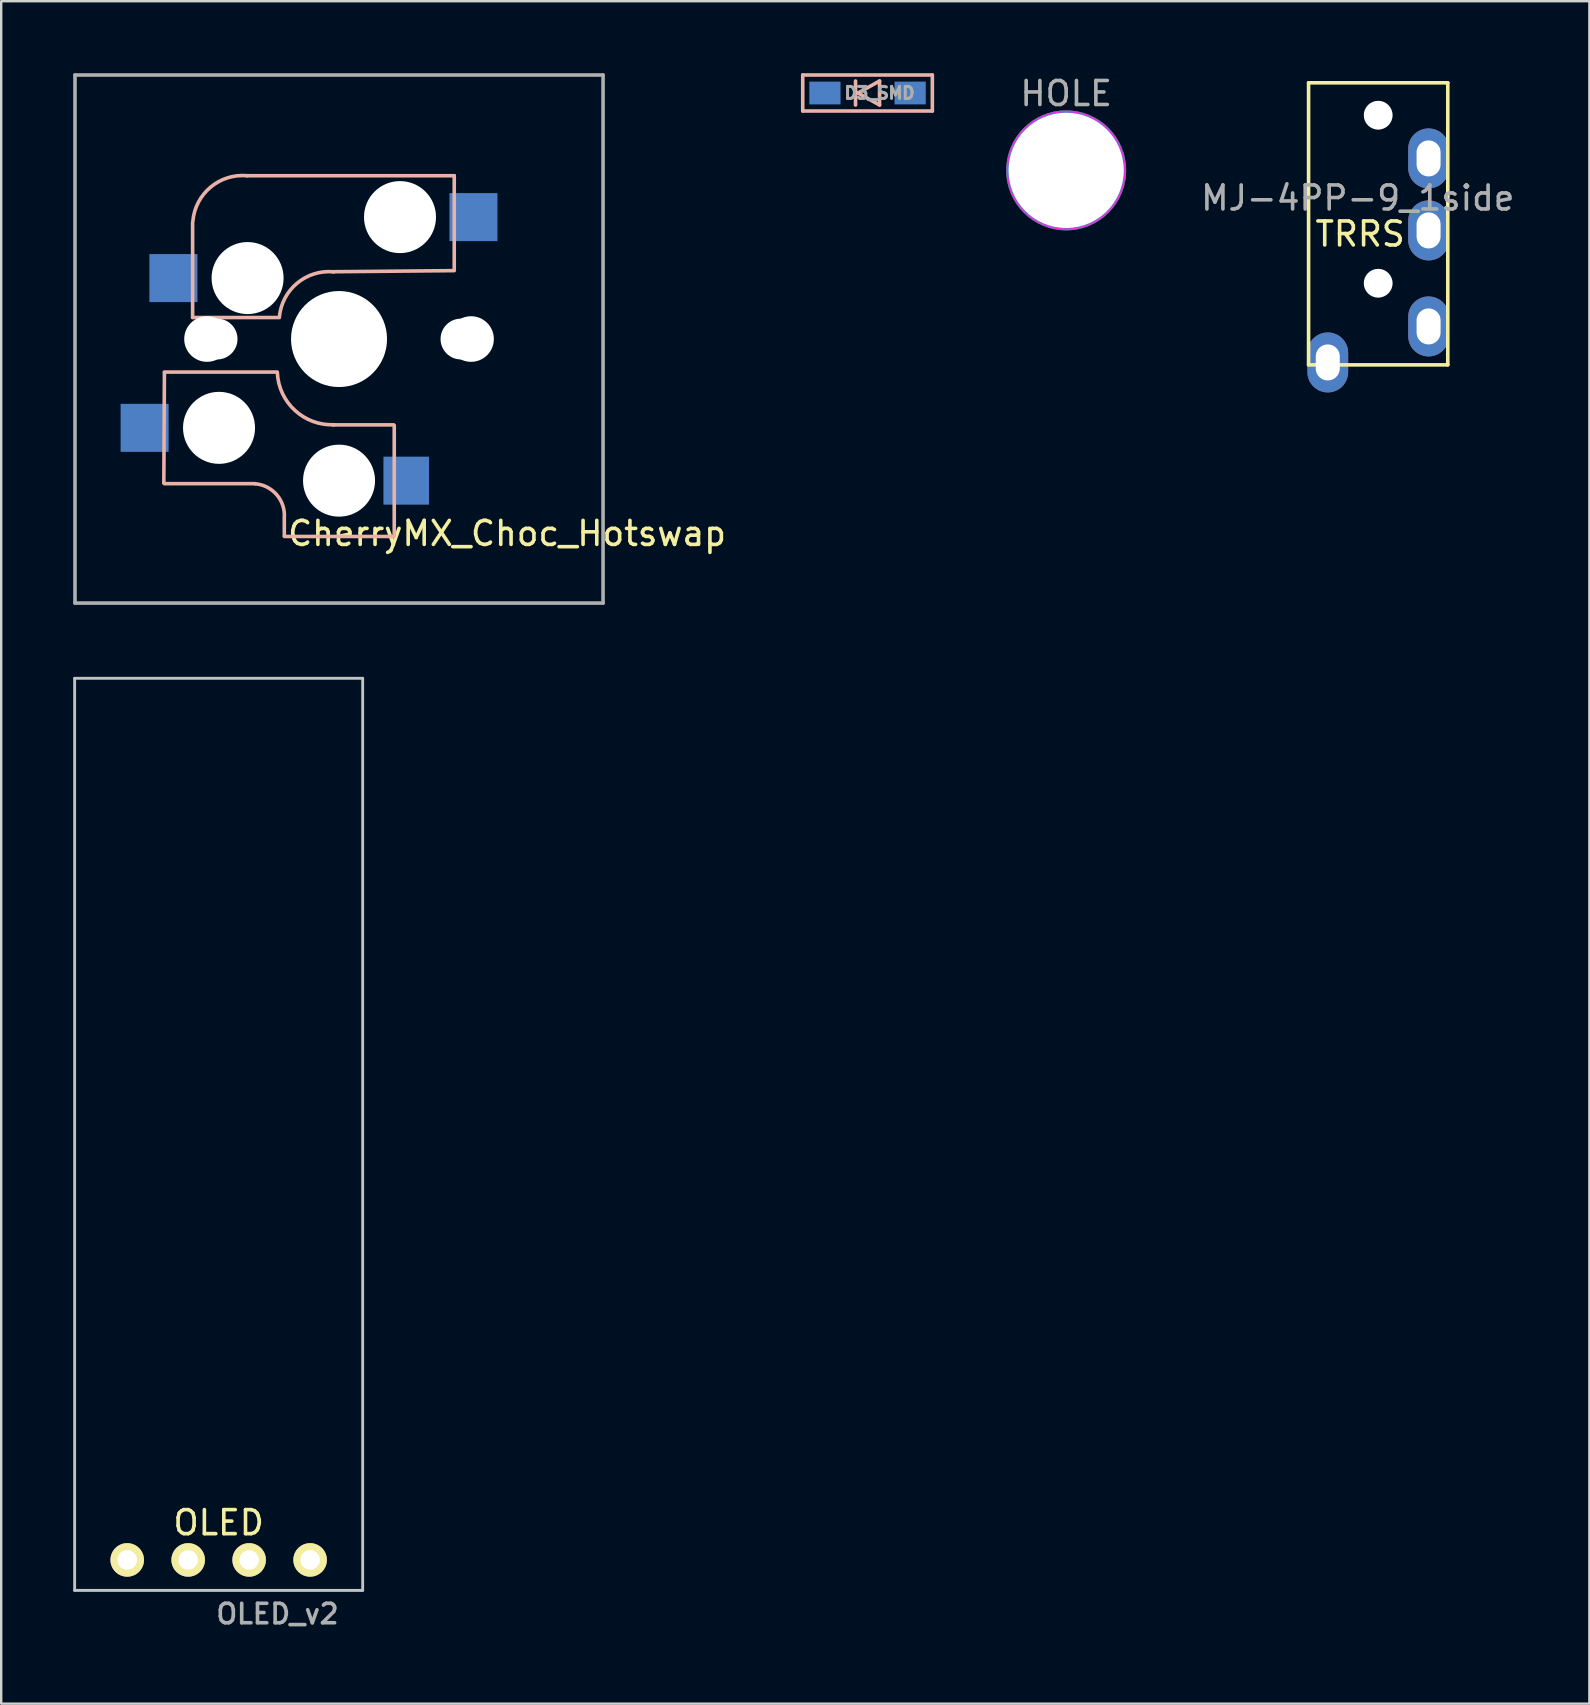
<source format=kicad_pcb>
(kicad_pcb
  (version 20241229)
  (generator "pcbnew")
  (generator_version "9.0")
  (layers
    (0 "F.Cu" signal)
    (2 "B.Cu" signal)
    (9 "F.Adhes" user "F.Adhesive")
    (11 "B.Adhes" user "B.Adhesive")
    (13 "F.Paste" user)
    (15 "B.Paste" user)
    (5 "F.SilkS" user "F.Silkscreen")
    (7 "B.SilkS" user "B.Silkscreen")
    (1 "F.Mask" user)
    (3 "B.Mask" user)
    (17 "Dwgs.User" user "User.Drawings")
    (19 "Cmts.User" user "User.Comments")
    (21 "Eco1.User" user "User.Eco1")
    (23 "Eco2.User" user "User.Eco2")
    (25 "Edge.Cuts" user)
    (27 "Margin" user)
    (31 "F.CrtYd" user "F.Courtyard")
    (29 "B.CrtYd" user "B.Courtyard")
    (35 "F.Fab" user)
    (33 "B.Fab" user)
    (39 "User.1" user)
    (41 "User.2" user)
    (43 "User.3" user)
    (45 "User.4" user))
  (footprint "HOLE"
    (layer "F.Cu")
    (at 41.369 4.048)
    (property "Reference" "HOLE" (at 0 -3.2 0) (layer "F.Fab") (effects (font (size 1 1) (thickness 0.15))))
    (attr exclude_from_pos_files exclude_from_bom)
    (fp_circle (center 0 0) (end 2.2 0) (stroke (width 0.15) (type solid)) (fill no) (layer "Cmts.User"))
    (fp_circle (center 0 0) (end 2.45 0) (stroke (width 0.05) (type solid)) (fill no) (layer "F.CrtYd"))
    (fp_text user "${REFERENCE}" (at 0.3 0 0) (layer "F.Fab") (effects (font (size 1 1) (thickness 0.15))))
    (pad "" np_thru_hole circle (at 0 0) (size 5 5) (drill 4.8) (layers "*.Cu" "*.Mask")))
  (footprint "D3_SMD"
    (layer "F.Cu")
    (at 33.094 0.825)
    (property "Reference" "D3_SMD" (at 0.5 0 0) (layer "F.Fab") (effects (font (size 0.5 0.5) (thickness 0.125))))
    (attr through_hole)
    (fp_line (start -2.7 -0.75) (end -2.7 0.75) (stroke (width 0.15) (type solid)) (layer "B.SilkS"))
    (fp_line (start -2.7 0.75) (end 2.7 0.75) (stroke (width 0.15) (type solid)) (layer "B.SilkS"))
    (fp_line (start -0.5 -0.5) (end -0.5 0.5) (stroke (width 0.15) (type solid)) (layer "B.SilkS"))
    (fp_line (start -0.4 0) (end 0.5 -0.5) (stroke (width 0.15) (type solid)) (layer "B.SilkS"))
    (fp_line (start 0.5 -0.5) (end 0.5 0.5) (stroke (width 0.15) (type solid)) (layer "B.SilkS"))
    (fp_line (start 0.5 0.5) (end -0.4 0) (stroke (width 0.15) (type solid)) (layer "B.SilkS"))
    (fp_line (start 2.7 -0.75) (end -2.7 -0.75) (stroke (width 0.15) (type solid)) (layer "B.SilkS"))
    (fp_line (start 2.7 0.75) (end 2.7 -0.75) (stroke (width 0.15) (type solid)) (layer "B.SilkS"))
    (pad "1" smd rect (at -1.775 0) (size 1.3 0.95) (layers "B.Cu" "B.Mask" "B.Paste"))
    (pad "2" smd rect (at 1.775 0) (size 1.3 0.95) (layers "B.Cu" "B.Mask" "B.Paste")))
  (footprint "CherryMX_Choc_Hotswap"
    (layer "F.Cu")
    (at 11.075 11.075)
    (property "Reference" "CherryMX_Choc_Hotswap" (at 7 8.1 0) (layer "F.SilkS") (effects (font (size 1 1) (thickness 0.15))))
    (attr through_hole)
    (fp_line (start -7.275 1.4) (end -7.3 6) (stroke (width 0.15) (type solid)) (layer "B.SilkS"))
    (fp_line (start -6.1 -4.85) (end -6.1 -0.905) (stroke (width 0.15) (type solid)) (layer "B.SilkS"))
    (fp_line (start -6.1 -0.896) (end -2.49 -0.896) (stroke (width 0.15) (type solid)) (layer "B.SilkS"))
    (fp_line (start -3.5 6.025) (end -7.275 6.025) (stroke (width 0.15) (type solid)) (layer "B.SilkS"))
    (fp_line (start -2.575 1.375) (end -7.275 1.375) (stroke (width 0.15) (type solid)) (layer "B.SilkS"))
    (fp_line (start -2.28 7.5) (end -2.28 8.2) (stroke (width 0.15) (type solid)) (layer "B.SilkS"))
    (fp_line (start 2.275 3.575) (end -0.275 3.575) (stroke (width 0.15) (type solid)) (layer "B.SilkS"))
    (fp_line (start 2.275 8.225) (end -2.275 8.225) (stroke (width 0.15) (type solid)) (layer "B.SilkS"))
    (fp_line (start 2.3 3.6) (end 2.3 8.2) (stroke (width 0.15) (type solid)) (layer "B.SilkS"))
    (fp_line (start 4.8 -6.804) (end -3.825 -6.804) (stroke (width 0.15) (type solid)) (layer "B.SilkS"))
    (fp_line (start 4.8 -2.896) (end 4.8 -6.804) (stroke (width 0.15) (type solid)) (layer "B.SilkS"))
    (fp_line (start 4.8 -2.85) (end -0.25 -2.804) (stroke (width 0.15) (type solid)) (layer "B.SilkS"))
    (fp_arc (start -6.089 -4.92) (mid -5.347189 -6.33089) (end -3.825 -6.804) (stroke (width 0.15) (type solid)) (layer "B.SilkS"))
    (fp_arc (start -3.5 6.03) (mid -2.595908 6.48733) (end -2.28 7.45) (stroke (width 0.15) (type solid)) (layer "B.SilkS"))
    (fp_arc (start -2.485 -0.92) (mid -1.744361 -2.328061) (end -0.225 -2.8) (stroke (width 0.15) (type solid)) (layer "B.SilkS"))
    (fp_arc (start -0.2 3.57) (mid -1.834422 2.975843) (end -2.57 1.4) (stroke (width 0.15) (type solid)) (layer "B.SilkS"))
    (fp_line (start -9 -9) (end 9 -9) (stroke (width 0.15) (type solid)) (layer "Eco2.User"))
    (fp_line (start -9 9) (end -9 -9) (stroke (width 0.15) (type solid)) (layer "Eco2.User"))
    (fp_line (start -7 -7) (end 7 -7) (stroke (width 0.15) (type solid)) (layer "Eco2.User"))
    (fp_line (start -7 7) (end -7 -7) (stroke (width 0.15) (type solid)) (layer "Eco2.User"))
    (fp_line (start 7 -7) (end 7 7) (stroke (width 0.15) (type solid)) (layer "Eco2.User"))
    (fp_line (start 7 7) (end -7 7) (stroke (width 0.15) (type solid)) (layer "Eco2.User"))
    (fp_line (start 9 -9) (end 9 9) (stroke (width 0.15) (type solid)) (layer "Eco2.User"))
    (fp_line (start 9 9) (end -9 9) (stroke (width 0.15) (type solid)) (layer "Eco2.User"))
    (fp_line (start -11 -11) (end -11 11) (stroke (width 0.15) (type solid)) (layer "F.Fab"))
    (fp_line (start -11 11) (end 11 11) (stroke (width 0.15) (type solid)) (layer "F.Fab"))
    (fp_line (start 11 -11) (end -11 -11) (stroke (width 0.15) (type solid)) (layer "F.Fab"))
    (fp_line (start 11 11) (end 11 -11) (stroke (width 0.15) (type solid)) (layer "F.Fab"))
    (pad "" np_thru_hole circle (at -5.5 0 90) (size 1.9 1.9) (drill 1.9) (layers "*.Cu" "*.Mask"))
    (pad "" np_thru_hole circle (at -5.08 0) (size 1.7 1.7) (drill 1.7) (layers "*.Cu" "*.Mask"))
    (pad "" np_thru_hole circle (at -5 3.7 90) (size 3 3) (drill 3) (layers "*.Cu" "*.Mask"))
    (pad "" np_thru_hole circle (at -3.81 -2.54 180) (size 3 3) (drill 3) (layers "*.Cu" "*.Mask"))
    (pad "" np_thru_hole circle (at 0 0 90) (size 4 4) (drill 4) (layers "*.Cu" "*.Mask"))
    (pad "" np_thru_hole circle (at 0 5.9 90) (size 3 3) (drill 3) (layers "*.Cu" "*.Mask"))
    (pad "" np_thru_hole circle (at 2.54 -5.08 180) (size 3 3) (drill 3) (layers "*.Cu" "*.Mask"))
    (pad "" np_thru_hole circle (at 5.08 0) (size 1.7 1.7) (drill 1.7) (layers "*.Cu" "*.Mask"))
    (pad "" np_thru_hole circle (at 5.5 0 90) (size 1.9 1.9) (drill 1.9) (layers "*.Cu" "*.Mask"))
    (pad "1" smd rect (at -8.1 3.7 180) (size 2 2) (layers "B.Cu" "B.Mask" "B.Paste"))
    (pad "1" smd rect (at -6.9 -2.54 180) (size 2 2) (layers "B.Cu" "B.Mask" "B.Paste"))
    (pad "2" smd rect (at 2.8 5.9 180) (size 1.9 2) (layers "B.Cu" "B.Mask" "B.Paste"))
    (pad "2" smd rect (at 5.6 -5.08 180) (size 2 2) (layers "B.Cu" "B.Mask" "B.Paste")))
  (footprint "MJ-4PP-9_1side"
    (layer "F.Cu")
    (at 54.368 0.25)
    (property "Reference" "MJ-4PP-9_1side" (at -0.85 4.95 0) (layer "F.Fab") (effects (font (size 1 1) (thickness 0.15))))
    (attr through_hole)
    (fp_line (start -2.9 0.15) (end 2.9 0.15) (stroke (width 0.15) (type solid)) (layer "F.SilkS"))
    (fp_line (start -2.9 11.9) (end -2.9 0.15) (stroke (width 0.15) (type solid)) (layer "F.SilkS"))
    (fp_line (start 2.9 0.15) (end 2.9 11.9) (stroke (width 0.15) (type solid)) (layer "F.SilkS"))
    (fp_line (start 2.9 11.9) (end -2.9 11.9) (stroke (width 0.15) (type solid)) (layer "F.SilkS"))
    (fp_text user "TRRS" (at -0.75 6.45 0) (layer "F.SilkS") (effects (font (size 1 1) (thickness 0.15))))
    (pad "" np_thru_hole circle (at 0 1.5) (size 1.2 1.2) (drill 1.2) (layers "*.Cu" "*.Mask"))
    (pad "" np_thru_hole circle (at 0 8.5) (size 1.2 1.2) (drill 1.2) (layers "*.Cu" "*.Mask"))
    (pad "A" thru_hole oval (at -2.1 11.8) (size 1.7 2.5) (drill oval 1 1.5) (layers "*.Cu" "B.Mask"))
    (pad "B" thru_hole oval (at 2.1 3.3) (size 1.7 2.5) (drill oval 1 1.5) (layers "*.Cu" "B.Mask"))
    (pad "C" thru_hole oval (at 2.1 6.3) (size 1.7 2.5) (drill oval 1 1.5) (layers "*.Cu" "B.Mask"))
    (pad "D" thru_hole oval (at 2.1 10.3) (size 1.7 2.5) (drill oval 1 1.5) (layers "*.Cu" "B.Mask")))
  (footprint "OLED_v2"
    (layer "F.Cu")
    (at 6.06 61.94)
    (property "Reference" "OLED_v2" (at 2.45 2.25 180) (layer "F.Fab") (effects (font (size 0.813 0.813) (thickness 0.15))))
    (attr through_hole)
    (fp_line (start -6 -36.73) (end 6 -36.73) (stroke (width 0.12) (type solid)) (layer "Dwgs.User"))
    (fp_line (start -6 1.27) (end -6 -36.73) (stroke (width 0.12) (type solid)) (layer "Dwgs.User"))
    (fp_line (start -6 1.27) (end 6 1.27) (stroke (width 0.12) (type solid)) (layer "Dwgs.User"))
    (fp_line (start 6 -36.73) (end 6 1.27) (stroke (width 0.12) (type solid)) (layer "Dwgs.User"))
    (fp_text user "OLED" (at 0 -1.55 0) (layer "F.SilkS") (effects (font (size 1 1) (thickness 0.15))))
    (pad "1" thru_hole circle (at -3.81 0) (size 1.397 1.397) (drill 0.813) (layers "*.Cu" "B.Mask" "F.SilkS"))
    (pad "2" thru_hole circle (at -1.27 0) (size 1.397 1.397) (drill 0.813) (layers "*.Cu" "B.Mask" "F.SilkS"))
    (pad "3" thru_hole circle (at 1.27 0) (size 1.397 1.397) (drill 0.813) (layers "*.Cu" "B.Mask" "F.SilkS"))
    (pad "4" thru_hole circle (at 3.81 0) (size 1.397 1.397) (drill 0.813) (layers "*.Cu" "B.Mask" "F.SilkS")))
  (gr_rect
    (start -3 -3)
    (end 63.167 67.929)
    (stroke (width 0.1) (type default))
    (fill no)
    (layer "Edge.Cuts")))
</source>
